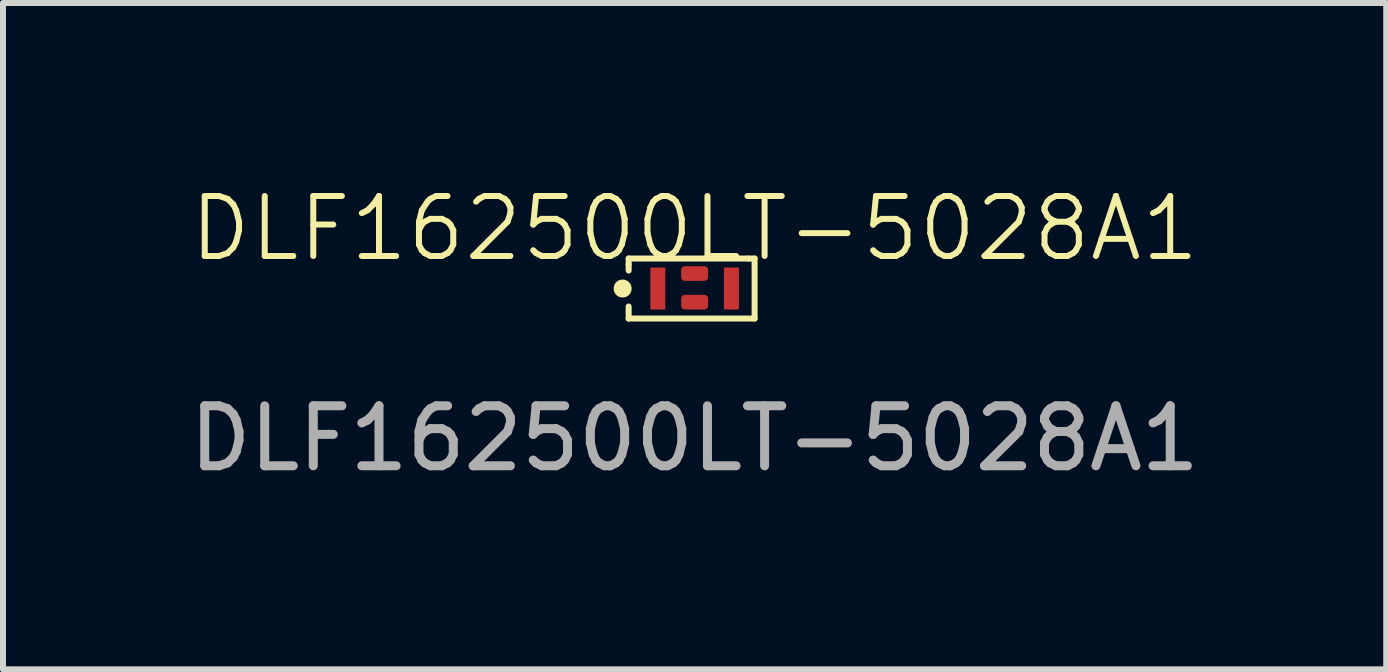
<source format=kicad_pcb>
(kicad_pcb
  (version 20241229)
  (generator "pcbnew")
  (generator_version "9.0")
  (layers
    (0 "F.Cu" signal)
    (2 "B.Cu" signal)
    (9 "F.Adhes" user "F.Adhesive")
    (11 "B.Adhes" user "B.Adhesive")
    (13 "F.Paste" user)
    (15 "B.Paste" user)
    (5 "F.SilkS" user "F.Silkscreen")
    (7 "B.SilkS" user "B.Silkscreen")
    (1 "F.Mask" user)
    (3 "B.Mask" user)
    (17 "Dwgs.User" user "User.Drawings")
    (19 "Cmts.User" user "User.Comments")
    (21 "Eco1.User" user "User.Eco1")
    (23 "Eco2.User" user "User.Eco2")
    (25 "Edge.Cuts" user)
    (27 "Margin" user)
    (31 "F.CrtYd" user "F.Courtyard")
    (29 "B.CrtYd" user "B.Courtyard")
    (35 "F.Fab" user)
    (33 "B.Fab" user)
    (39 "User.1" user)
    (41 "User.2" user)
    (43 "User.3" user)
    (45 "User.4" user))
  (footprint "DLF162500LT-5028A1"
    (layer "F.Cu")
    (at 8.53 1.76)
    (property "Reference" "DLF162500LT-5028A1" (at 0 -1 0) (unlocked yes) (layer "F.SilkS") (effects (font (size 1 1) (thickness 0.1))))
    (attr smd)
    (fp_line (start -1.1 -0.5) (end 0.9 -0.5) (stroke (width 0.1) (type default)) (layer "F.SilkS"))
    (fp_line (start -1.1 -0.4) (end -1.1 -0.5) (stroke (width 0.1) (type default)) (layer "F.SilkS"))
    (fp_line (start -1.1 -0.3) (end -1.1 -0.4) (stroke (width 0.1) (type default)) (layer "F.SilkS"))
    (fp_line (start -1.1 0.3) (end -1.1 0.5) (stroke (width 0.1) (type default)) (layer "F.SilkS"))
    (fp_line (start -1.1 0.5) (end 1 0.5) (stroke (width 0.1) (type default)) (layer "F.SilkS"))
    (fp_line (start 1 -0.5) (end 0.9 -0.5) (stroke (width 0.1) (type default)) (layer "F.SilkS"))
    (fp_line (start 1 0.5) (end 1 -0.5) (stroke (width 0.1) (type default)) (layer "F.SilkS"))
    (fp_circle (center -1.2 0) (end -1.2 -0.1) (stroke (width 0.1) (type solid)) (fill yes) (layer "F.SilkS"))
    (fp_text user "${REFERENCE}" (at 0 2.5 0) (unlocked yes) (layer "F.Fab") (effects (font (size 1 1) (thickness 0.15))))
    (pad "1" smd roundrect (at -0.613 0) (size 0.25 0.7) (layers "F.Cu" "F.Mask" "F.Paste") (roundrect_rratio 0.054))
    (pad "2" smd roundrect (at 0 0.228) (size 0.45 0.245) (layers "F.Cu" "F.Mask" "F.Paste") (roundrect_rratio 0.25))
    (pad "3" smd roundrect (at 0.613 0) (size 0.25 0.7) (layers "F.Cu" "F.Mask" "F.Paste") (roundrect_rratio 0.054))
    (pad "4" smd roundrect (at 0 -0.25) (size 0.45 0.245) (layers "F.Cu" "F.Mask" "F.Paste") (roundrect_rratio 0.25)))
  (gr_rect
    (start -3 -3)
    (end 20.06 8.109)
    (stroke (width 0.1) (type default))
    (fill no)
    (layer "Edge.Cuts")))
</source>
